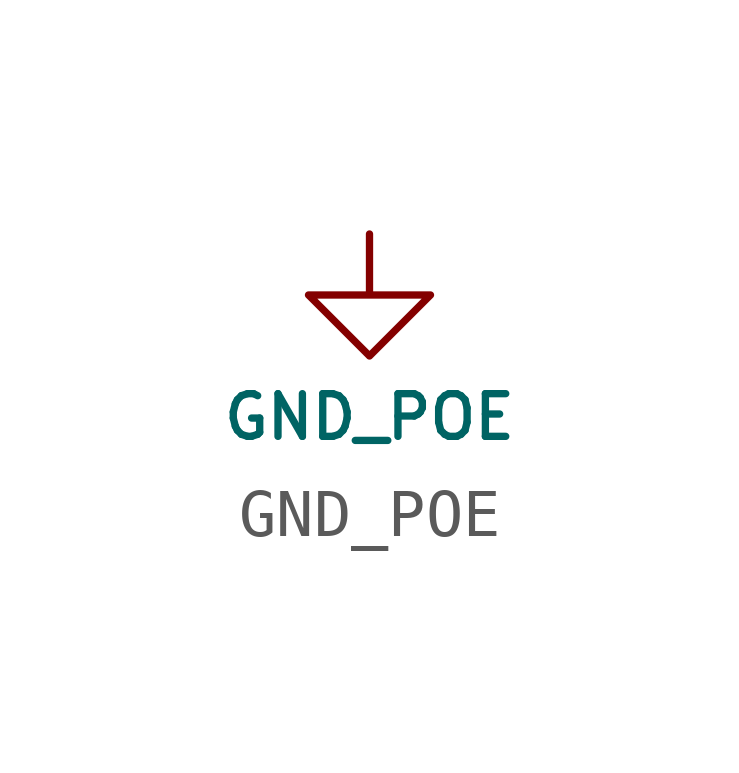
<source format=kicad_sym>
(kicad_symbol_lib
  (version 20241209)
  (generator "kicad_symbol_editor")
  (generator_version "9.0")
  (symbol "GND_POE"
    (power)
    (pin_names
      (offset 0))
    (property "Reference" "#PWR"
      (at 0 -6.35 0)
      (effects (font (size 1.27 1.27)) (hide yes)))
    (property "Value" "GND_POE"
      (at 0 -3.81 0)
      (effects (font (size 0.889 0.889))))
    (symbol "GND_POE_0_1"
      (polyline (pts (xy 0 0) (xy 0 -1.27) (xy 1.27 -1.27) (xy 0 -2.54) (xy -1.27 -1.27) (xy 0 -1.27)) (stroke (width 0) (type default)) (fill (type none))))
    (symbol "GND_POE_1_1"
      (pin power_in line (at 0 0 270) (length 0) (hide yes) (name "GND_POE" (effects (font (size 1.27 1.27)))) (number "1" (effects (font (size 1.27 1.27))))))))
</source>
